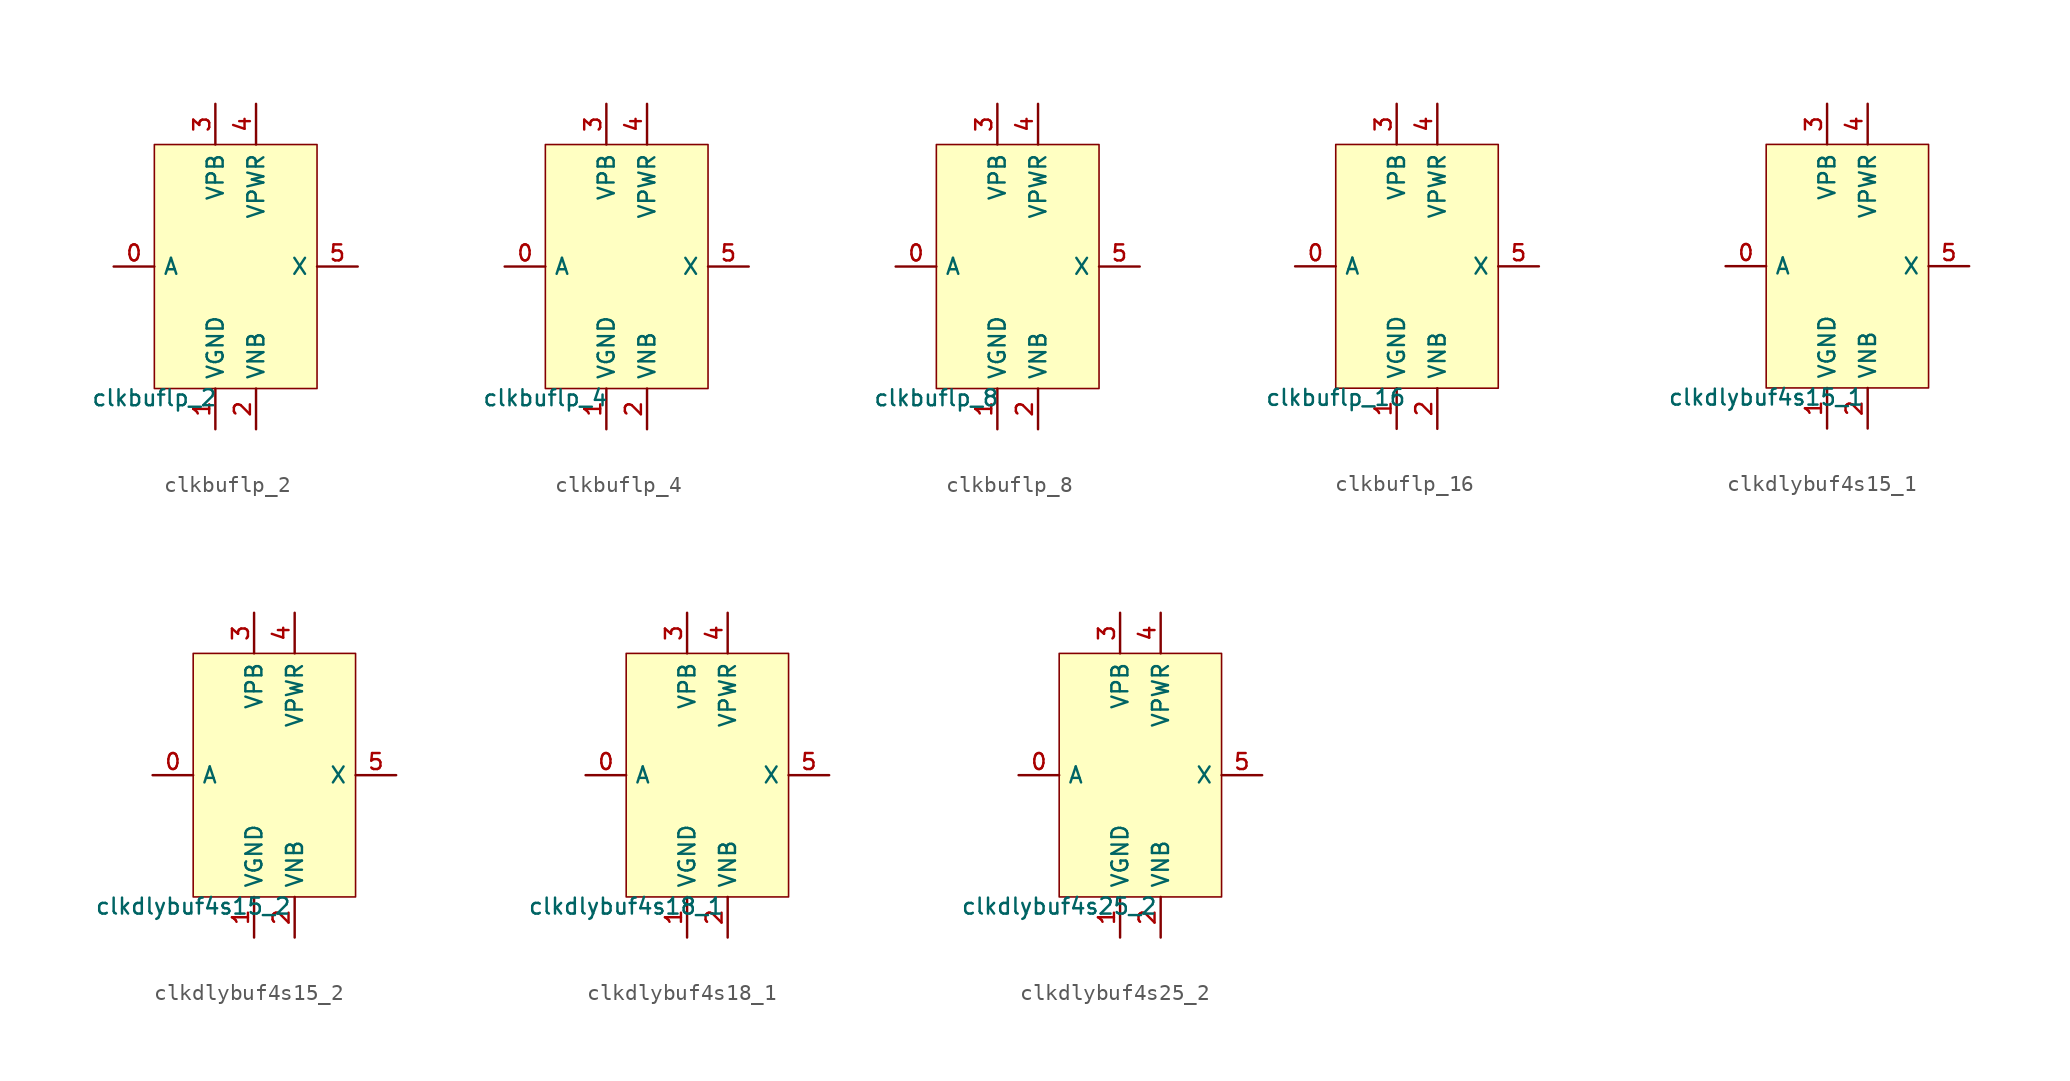
<source format=kicad_sym>
(kicad_symbol_lib
  (version 20211014)
  (generator pdk2kicad)
  (symbol "clkbuflp_2"
    (property "Reference" "X"
      (at 0 0 0)
      (effects (font (size 1 1)) hide))
    (property "Value" "clkbuflp_2"
      (at -5.08 -7.62 0)
      (effects (font (size 1 1)) (justify top)))
    (rectangle
      (start -5.08 -7.62)
      (end 5.08 7.62)
      (stroke (width 0.1) (type solid) (color 0 0 0 0))
      (fill (type background)))
    (pin input line
      (at -7.62 0.0 0)
      (length 2.54)
      (name "A" (effects (font (size 1 1)) hide))
      (number "0" (effects (font (size 1 1)) hide)))
    (pin power_in line
      (at -1.27 -10.16 90)
      (length 2.54)
      (name "VGND" (effects (font (size 1 1)) hide))
      (number "1" (effects (font (size 1 1)) hide)))
    (pin power_in line
      (at 1.27 -10.16 90)
      (length 2.54)
      (name "VNB" (effects (font (size 1 1)) hide))
      (number "2" (effects (font (size 1 1)) hide)))
    (pin power_in line
      (at -1.27 10.16 270)
      (length 2.54)
      (name "VPB" (effects (font (size 1 1)) hide))
      (number "3" (effects (font (size 1 1)) hide)))
    (pin power_in line
      (at 1.27 10.16 270)
      (length 2.54)
      (name "VPWR" (effects (font (size 1 1)) hide))
      (number "4" (effects (font (size 1 1)) hide)))
    (pin output line
      (at 7.62 0.0 180)
      (length 2.54)
      (name "X" (effects (font (size 1 1)) hide))
      (number "5" (effects (font (size 1 1)) hide))))
  (symbol "clkbuflp_4"
    (property "Reference" "X"
      (at 0 0 0)
      (effects (font (size 1 1)) hide))
    (property "Value" "clkbuflp_4"
      (at -5.08 -7.62 0)
      (effects (font (size 1 1)) (justify top)))
    (rectangle
      (start -5.08 -7.62)
      (end 5.08 7.62)
      (stroke (width 0.1) (type solid) (color 0 0 0 0))
      (fill (type background)))
    (pin input line
      (at -7.62 0.0 0)
      (length 2.54)
      (name "A" (effects (font (size 1 1)) hide))
      (number "0" (effects (font (size 1 1)) hide)))
    (pin power_in line
      (at -1.27 -10.16 90)
      (length 2.54)
      (name "VGND" (effects (font (size 1 1)) hide))
      (number "1" (effects (font (size 1 1)) hide)))
    (pin power_in line
      (at 1.27 -10.16 90)
      (length 2.54)
      (name "VNB" (effects (font (size 1 1)) hide))
      (number "2" (effects (font (size 1 1)) hide)))
    (pin power_in line
      (at -1.27 10.16 270)
      (length 2.54)
      (name "VPB" (effects (font (size 1 1)) hide))
      (number "3" (effects (font (size 1 1)) hide)))
    (pin power_in line
      (at 1.27 10.16 270)
      (length 2.54)
      (name "VPWR" (effects (font (size 1 1)) hide))
      (number "4" (effects (font (size 1 1)) hide)))
    (pin output line
      (at 7.62 0.0 180)
      (length 2.54)
      (name "X" (effects (font (size 1 1)) hide))
      (number "5" (effects (font (size 1 1)) hide))))
  (symbol "clkbuflp_8"
    (property "Reference" "X"
      (at 0 0 0)
      (effects (font (size 1 1)) hide))
    (property "Value" "clkbuflp_8"
      (at -5.08 -7.62 0)
      (effects (font (size 1 1)) (justify top)))
    (rectangle
      (start -5.08 -7.62)
      (end 5.08 7.62)
      (stroke (width 0.1) (type solid) (color 0 0 0 0))
      (fill (type background)))
    (pin input line
      (at -7.62 0.0 0)
      (length 2.54)
      (name "A" (effects (font (size 1 1)) hide))
      (number "0" (effects (font (size 1 1)) hide)))
    (pin power_in line
      (at -1.27 -10.16 90)
      (length 2.54)
      (name "VGND" (effects (font (size 1 1)) hide))
      (number "1" (effects (font (size 1 1)) hide)))
    (pin power_in line
      (at 1.27 -10.16 90)
      (length 2.54)
      (name "VNB" (effects (font (size 1 1)) hide))
      (number "2" (effects (font (size 1 1)) hide)))
    (pin power_in line
      (at -1.27 10.16 270)
      (length 2.54)
      (name "VPB" (effects (font (size 1 1)) hide))
      (number "3" (effects (font (size 1 1)) hide)))
    (pin power_in line
      (at 1.27 10.16 270)
      (length 2.54)
      (name "VPWR" (effects (font (size 1 1)) hide))
      (number "4" (effects (font (size 1 1)) hide)))
    (pin output line
      (at 7.62 0.0 180)
      (length 2.54)
      (name "X" (effects (font (size 1 1)) hide))
      (number "5" (effects (font (size 1 1)) hide))))
  (symbol "clkbuflp_16"
    (property "Reference" "X"
      (at 0 0 0)
      (effects (font (size 1 1)) hide))
    (property "Value" "clkbuflp_16"
      (at -5.08 -7.62 0)
      (effects (font (size 1 1)) (justify top)))
    (rectangle
      (start -5.08 -7.62)
      (end 5.08 7.62)
      (stroke (width 0.1) (type solid) (color 0 0 0 0))
      (fill (type background)))
    (pin input line
      (at -7.62 0.0 0)
      (length 2.54)
      (name "A" (effects (font (size 1 1)) hide))
      (number "0" (effects (font (size 1 1)) hide)))
    (pin power_in line
      (at -1.27 -10.16 90)
      (length 2.54)
      (name "VGND" (effects (font (size 1 1)) hide))
      (number "1" (effects (font (size 1 1)) hide)))
    (pin power_in line
      (at 1.27 -10.16 90)
      (length 2.54)
      (name "VNB" (effects (font (size 1 1)) hide))
      (number "2" (effects (font (size 1 1)) hide)))
    (pin power_in line
      (at -1.27 10.16 270)
      (length 2.54)
      (name "VPB" (effects (font (size 1 1)) hide))
      (number "3" (effects (font (size 1 1)) hide)))
    (pin power_in line
      (at 1.27 10.16 270)
      (length 2.54)
      (name "VPWR" (effects (font (size 1 1)) hide))
      (number "4" (effects (font (size 1 1)) hide)))
    (pin output line
      (at 7.62 0.0 180)
      (length 2.54)
      (name "X" (effects (font (size 1 1)) hide))
      (number "5" (effects (font (size 1 1)) hide))))
  (symbol "clkdlybuf4s15_1"
    (property "Reference" "X"
      (at 0 0 0)
      (effects (font (size 1 1)) hide))
    (property "Value" "clkdlybuf4s15_1"
      (at -5.08 -7.62 0)
      (effects (font (size 1 1)) (justify top)))
    (rectangle
      (start -5.08 -7.62)
      (end 5.08 7.62)
      (stroke (width 0.1) (type solid) (color 0 0 0 0))
      (fill (type background)))
    (pin input line
      (at -7.62 0.0 0)
      (length 2.54)
      (name "A" (effects (font (size 1 1)) hide))
      (number "0" (effects (font (size 1 1)) hide)))
    (pin power_in line
      (at -1.27 -10.16 90)
      (length 2.54)
      (name "VGND" (effects (font (size 1 1)) hide))
      (number "1" (effects (font (size 1 1)) hide)))
    (pin power_in line
      (at 1.27 -10.16 90)
      (length 2.54)
      (name "VNB" (effects (font (size 1 1)) hide))
      (number "2" (effects (font (size 1 1)) hide)))
    (pin power_in line
      (at -1.27 10.16 270)
      (length 2.54)
      (name "VPB" (effects (font (size 1 1)) hide))
      (number "3" (effects (font (size 1 1)) hide)))
    (pin power_in line
      (at 1.27 10.16 270)
      (length 2.54)
      (name "VPWR" (effects (font (size 1 1)) hide))
      (number "4" (effects (font (size 1 1)) hide)))
    (pin output line
      (at 7.62 0.0 180)
      (length 2.54)
      (name "X" (effects (font (size 1 1)) hide))
      (number "5" (effects (font (size 1 1)) hide))))
  (symbol "clkdlybuf4s15_2"
    (property "Reference" "X"
      (at 0 0 0)
      (effects (font (size 1 1)) hide))
    (property "Value" "clkdlybuf4s15_2"
      (at -5.08 -7.62 0)
      (effects (font (size 1 1)) (justify top)))
    (rectangle
      (start -5.08 -7.62)
      (end 5.08 7.62)
      (stroke (width 0.1) (type solid) (color 0 0 0 0))
      (fill (type background)))
    (pin input line
      (at -7.62 0.0 0)
      (length 2.54)
      (name "A" (effects (font (size 1 1)) hide))
      (number "0" (effects (font (size 1 1)) hide)))
    (pin power_in line
      (at -1.27 -10.16 90)
      (length 2.54)
      (name "VGND" (effects (font (size 1 1)) hide))
      (number "1" (effects (font (size 1 1)) hide)))
    (pin power_in line
      (at 1.27 -10.16 90)
      (length 2.54)
      (name "VNB" (effects (font (size 1 1)) hide))
      (number "2" (effects (font (size 1 1)) hide)))
    (pin power_in line
      (at -1.27 10.16 270)
      (length 2.54)
      (name "VPB" (effects (font (size 1 1)) hide))
      (number "3" (effects (font (size 1 1)) hide)))
    (pin power_in line
      (at 1.27 10.16 270)
      (length 2.54)
      (name "VPWR" (effects (font (size 1 1)) hide))
      (number "4" (effects (font (size 1 1)) hide)))
    (pin output line
      (at 7.62 0.0 180)
      (length 2.54)
      (name "X" (effects (font (size 1 1)) hide))
      (number "5" (effects (font (size 1 1)) hide))))
  (symbol "clkdlybuf4s18_1"
    (property "Reference" "X"
      (at 0 0 0)
      (effects (font (size 1 1)) hide))
    (property "Value" "clkdlybuf4s18_1"
      (at -5.08 -7.62 0)
      (effects (font (size 1 1)) (justify top)))
    (rectangle
      (start -5.08 -7.62)
      (end 5.08 7.62)
      (stroke (width 0.1) (type solid) (color 0 0 0 0))
      (fill (type background)))
    (pin input line
      (at -7.62 0.0 0)
      (length 2.54)
      (name "A" (effects (font (size 1 1)) hide))
      (number "0" (effects (font (size 1 1)) hide)))
    (pin power_in line
      (at -1.27 -10.16 90)
      (length 2.54)
      (name "VGND" (effects (font (size 1 1)) hide))
      (number "1" (effects (font (size 1 1)) hide)))
    (pin power_in line
      (at 1.27 -10.16 90)
      (length 2.54)
      (name "VNB" (effects (font (size 1 1)) hide))
      (number "2" (effects (font (size 1 1)) hide)))
    (pin power_in line
      (at -1.27 10.16 270)
      (length 2.54)
      (name "VPB" (effects (font (size 1 1)) hide))
      (number "3" (effects (font (size 1 1)) hide)))
    (pin power_in line
      (at 1.27 10.16 270)
      (length 2.54)
      (name "VPWR" (effects (font (size 1 1)) hide))
      (number "4" (effects (font (size 1 1)) hide)))
    (pin output line
      (at 7.62 0.0 180)
      (length 2.54)
      (name "X" (effects (font (size 1 1)) hide))
      (number "5" (effects (font (size 1 1)) hide))))
  (symbol "clkdlybuf4s25_2"
    (property "Reference" "X"
      (at 0 0 0)
      (effects (font (size 1 1)) hide))
    (property "Value" "clkdlybuf4s25_2"
      (at -5.08 -7.62 0)
      (effects (font (size 1 1)) (justify top)))
    (rectangle
      (start -5.08 -7.62)
      (end 5.08 7.62)
      (stroke (width 0.1) (type solid) (color 0 0 0 0))
      (fill (type background)))
    (pin input line
      (at -7.62 0.0 0)
      (length 2.54)
      (name "A" (effects (font (size 1 1)) hide))
      (number "0" (effects (font (size 1 1)) hide)))
    (pin power_in line
      (at -1.27 -10.16 90)
      (length 2.54)
      (name "VGND" (effects (font (size 1 1)) hide))
      (number "1" (effects (font (size 1 1)) hide)))
    (pin power_in line
      (at 1.27 -10.16 90)
      (length 2.54)
      (name "VNB" (effects (font (size 1 1)) hide))
      (number "2" (effects (font (size 1 1)) hide)))
    (pin power_in line
      (at -1.27 10.16 270)
      (length 2.54)
      (name "VPB" (effects (font (size 1 1)) hide))
      (number "3" (effects (font (size 1 1)) hide)))
    (pin power_in line
      (at 1.27 10.16 270)
      (length 2.54)
      (name "VPWR" (effects (font (size 1 1)) hide))
      (number "4" (effects (font (size 1 1)) hide)))
    (pin output line
      (at 7.62 0.0 180)
      (length 2.54)
      (name "X" (effects (font (size 1 1)) hide))
      (number "5" (effects (font (size 1 1)) hide)))))
</source>
